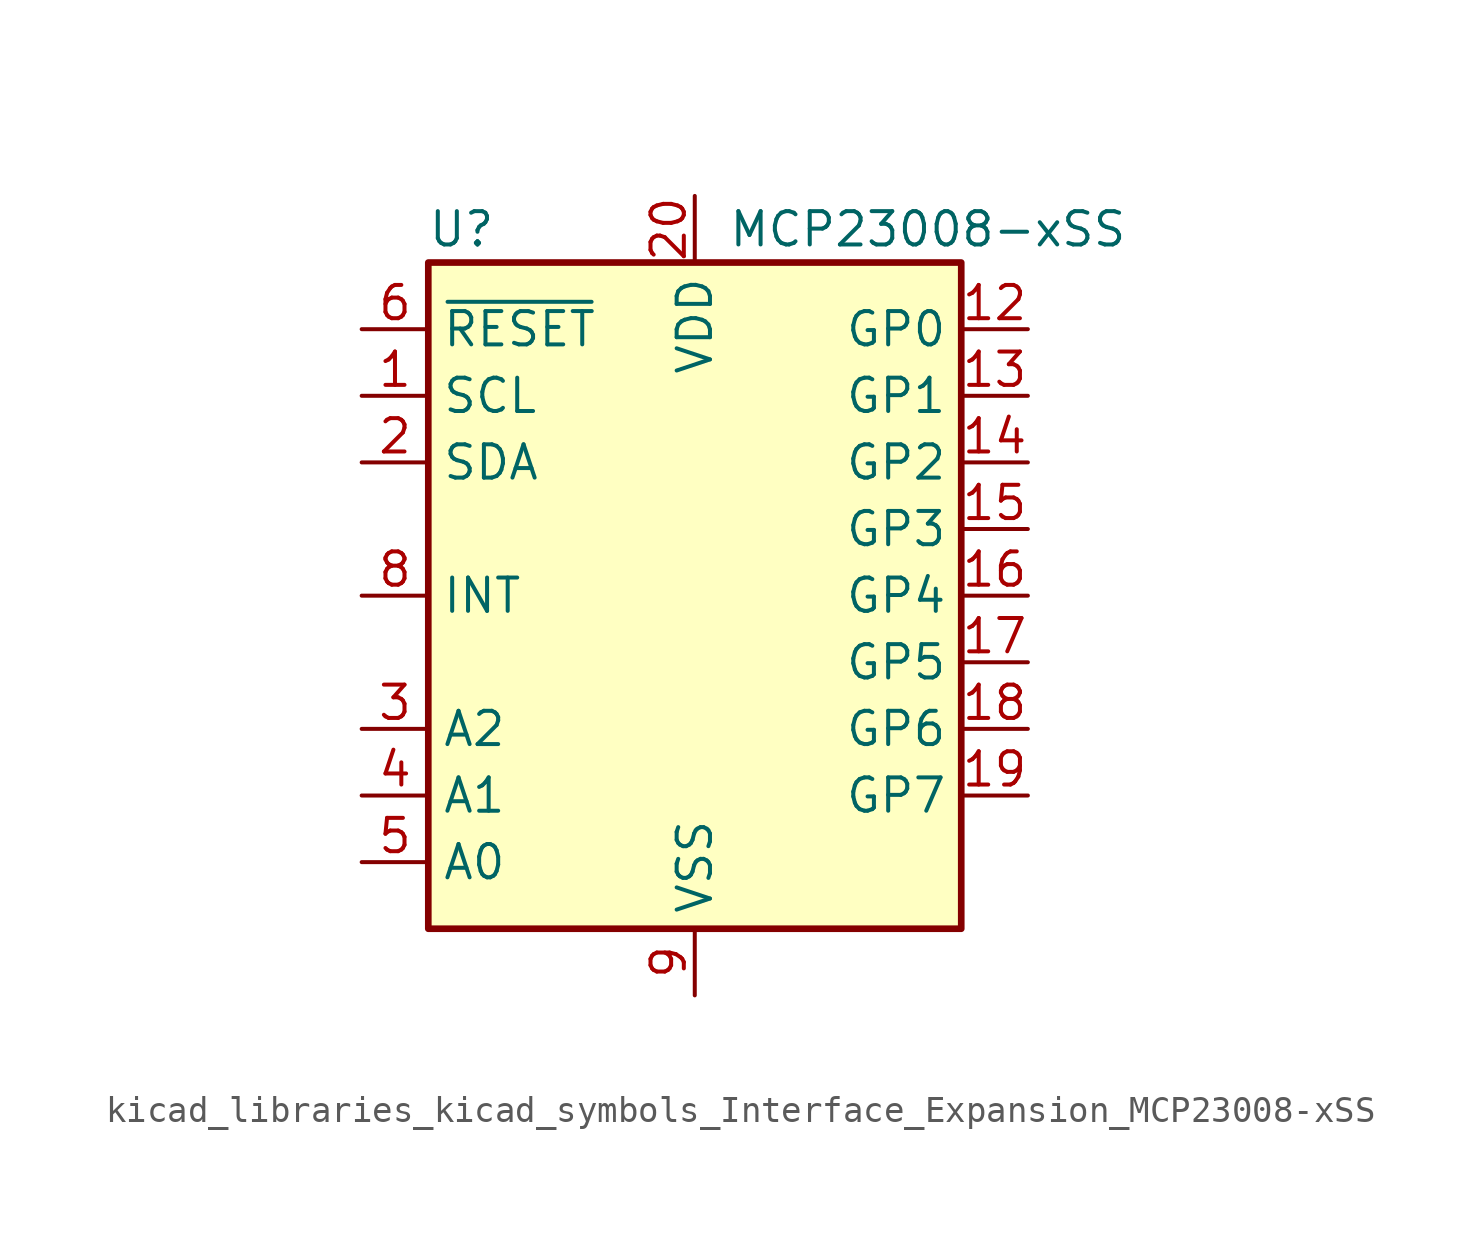
<source format=kicad_sym>
(kicad_symbol_lib
  (version 20220914)
  (generator kicad_symbol_editor)
  (symbol "kicad_libraries_kicad_symbols_Interface_Expansion_MCP23008-xSS"
    (property "Reference" "U"
      (at -8.89 13.97 0)
      (effects (font (size 1.27 1.27))))
    (property "Value" "MCP23008-xSS"
      (at 8.89 13.97 0)
      (effects (font (size 1.27 1.27))))
    (symbol "kicad_libraries_kicad_symbols_Interface_Expansion_MCP23008-xSS_0_1"
      (rectangle (start -10.16 12.7) (end 10.16 -12.7) (stroke (width 0.254) (type default)) (fill (type background))))
    (symbol "kicad_libraries_kicad_symbols_Interface_Expansion_MCP23008-xSS_1_1"
      (pin input line (at -12.7 7.62 0) (length 2.54) (name "SCL" (effects (font (size 1.27 1.27)))) (number "1" (effects (font (size 1.27 1.27)))))
      (pin no_connect line (at -10.16 -2.54 0) (length 2.54) hide (name "NC" (effects (font (size 1.27 1.27)))) (number "10" (effects (font (size 1.27 1.27)))))
      (pin no_connect line (at 10.16 -10.16 180) (length 2.54) hide (name "NC" (effects (font (size 1.27 1.27)))) (number "11" (effects (font (size 1.27 1.27)))))
      (pin bidirectional line (at 12.7 10.16 180) (length 2.54) (name "GP0" (effects (font (size 1.27 1.27)))) (number "12" (effects (font (size 1.27 1.27)))))
      (pin bidirectional line (at 12.7 7.62 180) (length 2.54) (name "GP1" (effects (font (size 1.27 1.27)))) (number "13" (effects (font (size 1.27 1.27)))))
      (pin bidirectional line (at 12.7 5.08 180) (length 2.54) (name "GP2" (effects (font (size 1.27 1.27)))) (number "14" (effects (font (size 1.27 1.27)))))
      (pin bidirectional line (at 12.7 2.54 180) (length 2.54) (name "GP3" (effects (font (size 1.27 1.27)))) (number "15" (effects (font (size 1.27 1.27)))))
      (pin bidirectional line (at 12.7 0 180) (length 2.54) (name "GP4" (effects (font (size 1.27 1.27)))) (number "16" (effects (font (size 1.27 1.27)))))
      (pin bidirectional line (at 12.7 -2.54 180) (length 2.54) (name "GP5" (effects (font (size 1.27 1.27)))) (number "17" (effects (font (size 1.27 1.27)))))
      (pin bidirectional line (at 12.7 -5.08 180) (length 2.54) (name "GP6" (effects (font (size 1.27 1.27)))) (number "18" (effects (font (size 1.27 1.27)))))
      (pin bidirectional line (at 12.7 -7.62 180) (length 2.54) (name "GP7" (effects (font (size 1.27 1.27)))) (number "19" (effects (font (size 1.27 1.27)))))
      (pin bidirectional line (at -12.7 5.08 0) (length 2.54) (name "SDA" (effects (font (size 1.27 1.27)))) (number "2" (effects (font (size 1.27 1.27)))))
      (pin power_in line (at 0 15.24 270) (length 2.54) (name "VDD" (effects (font (size 1.27 1.27)))) (number "20" (effects (font (size 1.27 1.27)))))
      (pin input line (at -12.7 -5.08 0) (length 2.54) (name "A2" (effects (font (size 1.27 1.27)))) (number "3" (effects (font (size 1.27 1.27)))))
      (pin input line (at -12.7 -7.62 0) (length 2.54) (name "A1" (effects (font (size 1.27 1.27)))) (number "4" (effects (font (size 1.27 1.27)))))
      (pin input line (at -12.7 -10.16 0) (length 2.54) (name "A0" (effects (font (size 1.27 1.27)))) (number "5" (effects (font (size 1.27 1.27)))))
      (pin input line (at -12.7 10.16 0) (length 2.54) (name "~{RESET}" (effects (font (size 1.27 1.27)))) (number "6" (effects (font (size 1.27 1.27)))))
      (pin no_connect line (at -10.16 2.54 0) (length 2.54) hide (name "NC" (effects (font (size 1.27 1.27)))) (number "7" (effects (font (size 1.27 1.27)))))
      (pin output line (at -12.7 0 0) (length 2.54) (name "INT" (effects (font (size 1.27 1.27)))) (number "8" (effects (font (size 1.27 1.27)))) (alternate "INT" open_collector line))
      (pin power_in line (at 0 -15.24 90) (length 2.54) (name "VSS" (effects (font (size 1.27 1.27)))) (number "9" (effects (font (size 1.27 1.27))))))))
</source>
